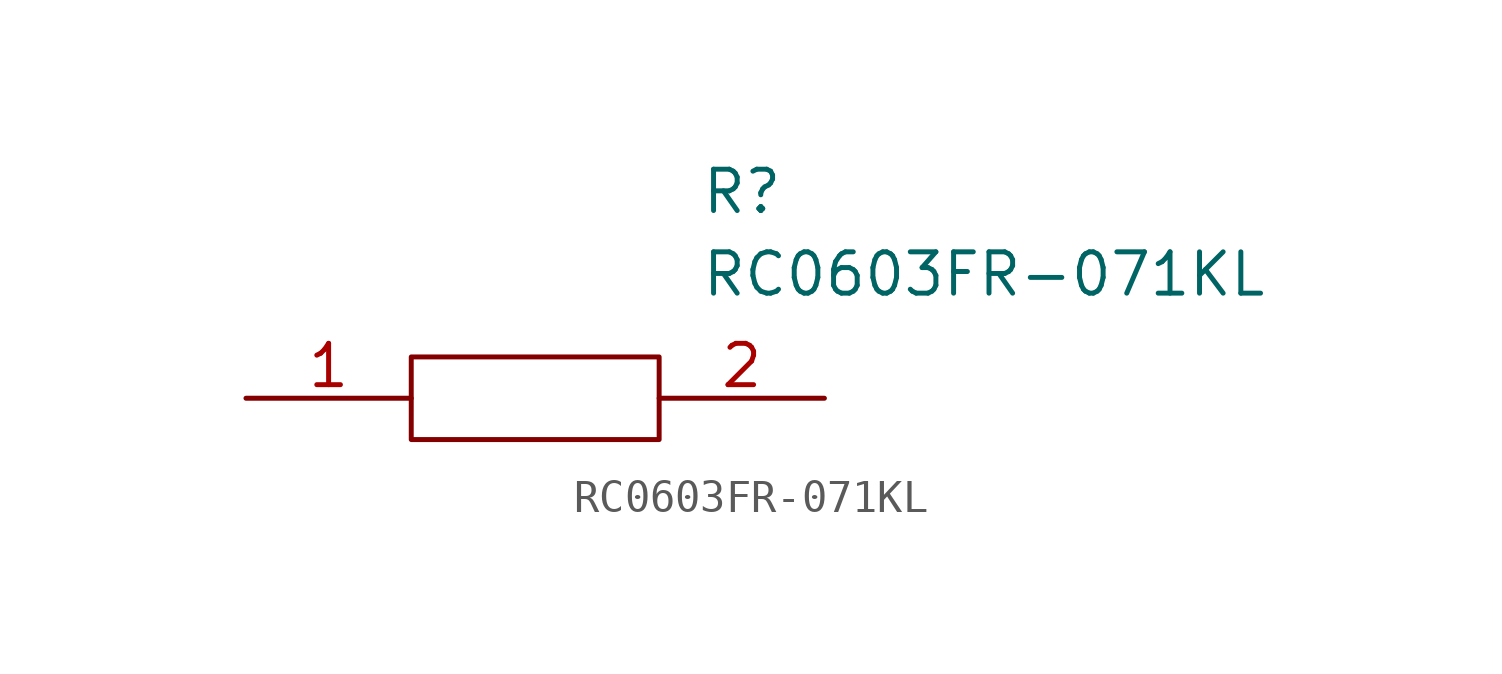
<source format=kicad_sym>
(kicad_symbol_lib
  (version 20211014)
  (generator kicad_symbol_editor)
  (symbol "RC0603FR-071KL"
    (pin_names
      (offset 0.762))
    (property "Reference" "R"
      (at 13.97 6.35 0)
      (effects (font (size 1.27 1.27)) (justify left)))
    (property "Value" "RC0603FR-071KL"
      (at 13.97 3.81 0)
      (effects (font (size 1.27 1.27)) (justify left)))
    (symbol "RC0603FR-071KL_0_0"
      (pin passive line (at 0 0 0) (length 5.08) (name "~" (effects (font (size 1.27 1.27)))) (number "1" (effects (font (size 1.27 1.27)))))
      (pin passive line (at 17.78 0 180) (length 5.08) (name "~" (effects (font (size 1.27 1.27)))) (number "2" (effects (font (size 1.27 1.27))))))
    (symbol "RC0603FR-071KL_0_1"
      (polyline (pts (xy 5.08 1.27) (xy 12.7 1.27) (xy 12.7 -1.27) (xy 5.08 -1.27) (xy 5.08 1.27)) (stroke (width 0.152) (type default) (color 0 0 0 0)) (fill (type none))))))
</source>
